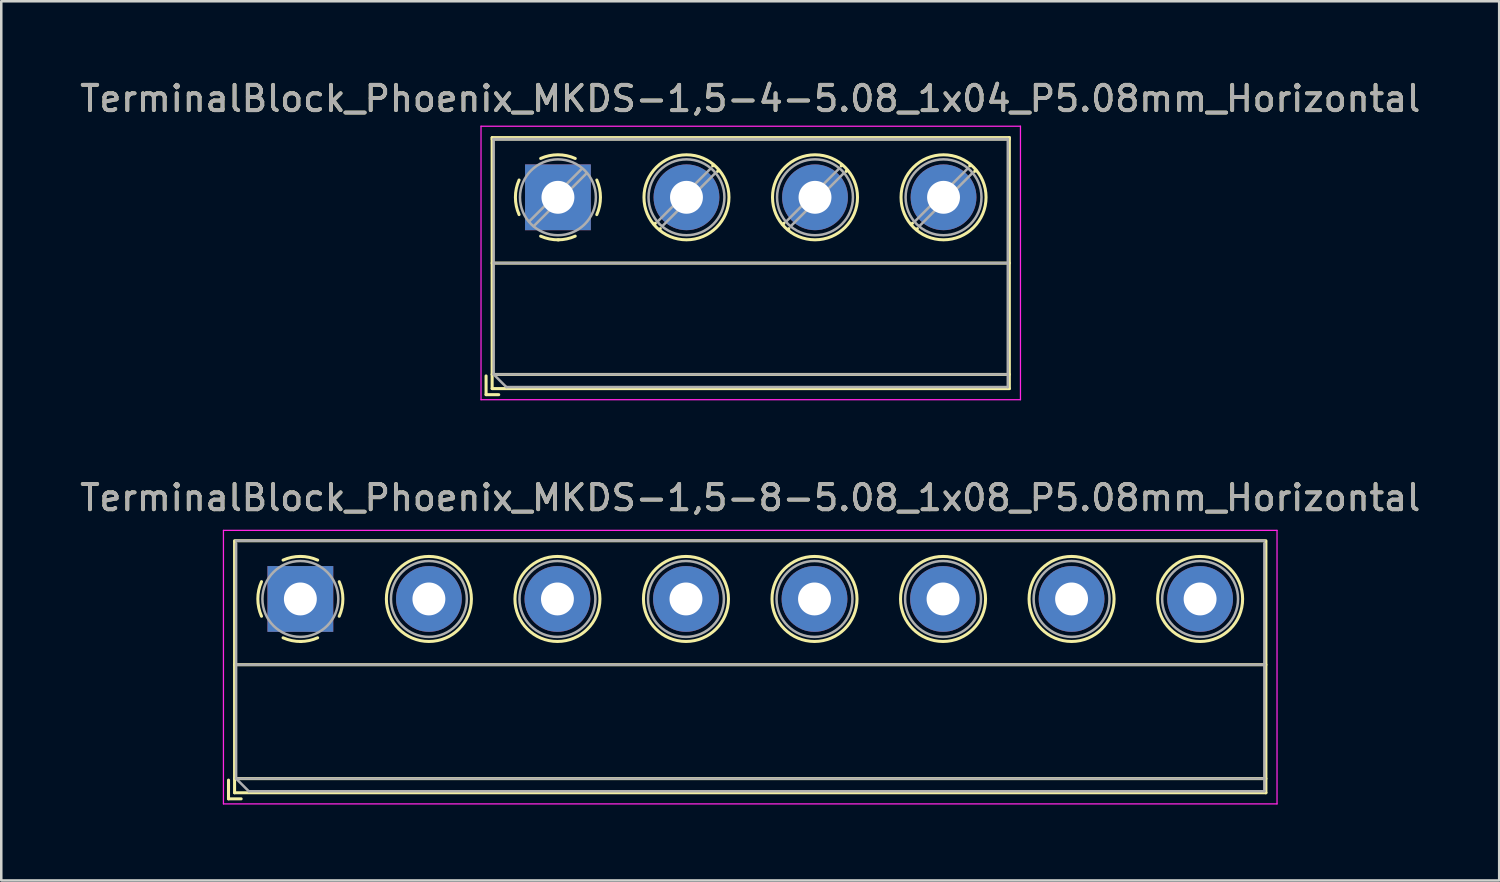
<source format=kicad_pcb>
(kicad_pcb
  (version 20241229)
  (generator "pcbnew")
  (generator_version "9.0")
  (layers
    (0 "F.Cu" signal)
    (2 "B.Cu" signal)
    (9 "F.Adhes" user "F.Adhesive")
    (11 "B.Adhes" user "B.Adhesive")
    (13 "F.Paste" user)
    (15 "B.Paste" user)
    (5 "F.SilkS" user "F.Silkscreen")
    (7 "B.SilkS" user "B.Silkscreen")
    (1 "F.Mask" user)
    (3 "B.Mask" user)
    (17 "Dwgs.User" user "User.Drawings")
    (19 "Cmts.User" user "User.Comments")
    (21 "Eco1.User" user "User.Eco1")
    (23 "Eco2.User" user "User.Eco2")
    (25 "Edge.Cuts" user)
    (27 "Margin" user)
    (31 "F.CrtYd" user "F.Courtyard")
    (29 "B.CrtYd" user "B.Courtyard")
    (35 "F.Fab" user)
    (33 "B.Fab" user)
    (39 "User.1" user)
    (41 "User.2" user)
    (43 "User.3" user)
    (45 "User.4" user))
  (footprint "TerminalBlock_Phoenix_MKDS-1,5-8-5.08_1x08_P5.08mm_Horizontal"
    (layer "F.Cu")
    (at 8.821 20.622)
    (property "Reference" "TerminalBlock_Phoenix_MKDS-1,5-8-5.08_1x08_P5.08mm_Horizontal" (at 17.78 -4 0) (layer "F.SilkS") (effects (font (size 1 1) (thickness 0.15))))
    (attr through_hole)
    (fp_line (start -2.84 7.16) (end -2.84 7.9) (stroke (width 0.12) (type solid)) (layer "F.SilkS"))
    (fp_line (start -2.84 7.9) (end -2.34 7.9) (stroke (width 0.12) (type solid)) (layer "F.SilkS"))
    (fp_line (start -2.6 -2.301) (end 38.16 -2.301) (stroke (width 0.12) (type solid)) (layer "F.SilkS"))
    (fp_line (start -2.6 -2.261) (end -2.6 7.66) (stroke (width 0.12) (type solid)) (layer "F.SilkS"))
    (fp_line (start -2.6 2.6) (end 38.16 2.6) (stroke (width 0.12) (type solid)) (layer "F.SilkS"))
    (fp_line (start -2.6 7.1) (end 38.16 7.1) (stroke (width 0.12) (type solid)) (layer "F.SilkS"))
    (fp_line (start -2.6 7.66) (end 38.16 7.66) (stroke (width 0.12) (type solid)) (layer "F.SilkS"))
    (fp_line (start 38.16 -2.261) (end 38.16 7.66) (stroke (width 0.12) (type solid)) (layer "F.SilkS"))
    (fp_arc (start -1.535427 0.683042) (mid -1.680501 -0.000524) (end -1.535 -0.684) (stroke (width 0.12) (type solid)) (layer "F.SilkS"))
    (fp_arc (start -0.683042 -1.535427) (mid 0.000524 -1.680501) (end 0.684 -1.535) (stroke (width 0.12) (type solid)) (layer "F.SilkS"))
    (fp_arc (start 0.028805 1.680253) (mid -0.335551 1.646659) (end -0.684 1.535) (stroke (width 0.12) (type solid)) (layer "F.SilkS"))
    (fp_arc (start 0.683318 1.534756) (mid 0.349292 1.643288) (end 0 1.68) (stroke (width 0.12) (type solid)) (layer "F.SilkS"))
    (fp_arc (start 1.535427 -0.683042) (mid 1.680501 0.000524) (end 1.535 0.684) (stroke (width 0.12) (type solid)) (layer "F.SilkS"))
    (fp_circle (center 5.08 0) (end 6.76 0) (stroke (width 0.12) (type solid)) (fill no) (layer "F.SilkS"))
    (fp_circle (center 10.16 0) (end 11.84 0) (stroke (width 0.12) (type solid)) (fill no) (layer "F.SilkS"))
    (fp_circle (center 15.24 0) (end 16.92 0) (stroke (width 0.12) (type solid)) (fill no) (layer "F.SilkS"))
    (fp_circle (center 20.32 0) (end 22 0) (stroke (width 0.12) (type solid)) (fill no) (layer "F.SilkS"))
    (fp_circle (center 25.4 0) (end 27.08 0) (stroke (width 0.12) (type solid)) (fill no) (layer "F.SilkS"))
    (fp_circle (center 30.48 0) (end 32.16 0) (stroke (width 0.12) (type solid)) (fill no) (layer "F.SilkS"))
    (fp_circle (center 35.56 0) (end 37.24 0) (stroke (width 0.12) (type solid)) (fill no) (layer "F.SilkS"))
    (fp_line (start -3.04 -2.71) (end -3.04 8.1) (stroke (width 0.05) (type solid)) (layer "F.CrtYd"))
    (fp_line (start -3.04 8.1) (end 38.6 8.1) (stroke (width 0.05) (type solid)) (layer "F.CrtYd"))
    (fp_line (start 38.6 -2.71) (end -3.04 -2.71) (stroke (width 0.05) (type solid)) (layer "F.CrtYd"))
    (fp_line (start 38.6 8.1) (end 38.6 -2.71) (stroke (width 0.05) (type solid)) (layer "F.CrtYd"))
    (fp_line (start -2.54 -2.3) (end 38.1 -2.3) (stroke (width 0.1) (type solid)) (layer "F.Fab"))
    (fp_line (start -2.54 2.6) (end 38.1 2.6) (stroke (width 0.1) (type solid)) (layer "F.Fab"))
    (fp_line (start -2.54 7.1) (end -2.54 -2.2) (stroke (width 0.1) (type solid)) (layer "F.Fab"))
    (fp_line (start -2.54 7.1) (end 38.1 7.1) (stroke (width 0.1) (type solid)) (layer "F.Fab"))
    (fp_line (start -2.04 7.6) (end -2.54 7.1) (stroke (width 0.1) (type solid)) (layer "F.Fab"))
    (fp_line (start 38.1 -2.2) (end 38.1 7.6) (stroke (width 0.1) (type solid)) (layer "F.Fab"))
    (fp_line (start 38.1 7.6) (end -2.04 7.6) (stroke (width 0.1) (type solid)) (layer "F.Fab"))
    (fp_circle (center 0 0) (end 1.5 0) (stroke (width 0.1) (type solid)) (fill no) (layer "F.Fab"))
    (fp_circle (center 5.08 0) (end 6.58 0) (stroke (width 0.1) (type solid)) (fill no) (layer "F.Fab"))
    (fp_circle (center 10.16 0) (end 11.66 0) (stroke (width 0.1) (type solid)) (fill no) (layer "F.Fab"))
    (fp_circle (center 15.24 0) (end 16.74 0) (stroke (width 0.1) (type solid)) (fill no) (layer "F.Fab"))
    (fp_circle (center 20.32 0) (end 21.82 0) (stroke (width 0.1) (type solid)) (fill no) (layer "F.Fab"))
    (fp_circle (center 25.4 0) (end 26.9 0) (stroke (width 0.1) (type solid)) (fill no) (layer "F.Fab"))
    (fp_circle (center 30.48 0) (end 31.98 0) (stroke (width 0.1) (type solid)) (fill no) (layer "F.Fab"))
    (fp_circle (center 35.56 0) (end 37.06 0) (stroke (width 0.1) (type solid)) (fill no) (layer "F.Fab"))
    (fp_text user "${REFERENCE}" (at 17.78 -4 0) (layer "F.Fab") (effects (font (size 1 1) (thickness 0.15))))
    (pad "1" thru_hole rect (at 0 0) (size 2.6 2.6) (drill 1.3) (layers "*.Cu" "*.Mask"))
    (pad "2" thru_hole circle (at 5.08 0) (size 2.6 2.6) (drill 1.3) (layers "*.Cu" "*.Mask"))
    (pad "3" thru_hole circle (at 10.16 0) (size 2.6 2.6) (drill 1.3) (layers "*.Cu" "*.Mask"))
    (pad "4" thru_hole circle (at 15.24 0) (size 2.6 2.6) (drill 1.3) (layers "*.Cu" "*.Mask"))
    (pad "5" thru_hole circle (at 20.32 0) (size 2.6 2.6) (drill 1.3) (layers "*.Cu" "*.Mask"))
    (pad "6" thru_hole circle (at 25.4 0) (size 2.6 2.6) (drill 1.3) (layers "*.Cu" "*.Mask"))
    (pad "7" thru_hole circle (at 30.48 0) (size 2.6 2.6) (drill 1.3) (layers "*.Cu" "*.Mask"))
    (pad "8" thru_hole circle (at 35.56 0) (size 2.6 2.6) (drill 1.3) (layers "*.Cu" "*.Mask")))
  (footprint "TerminalBlock_Phoenix_MKDS-1,5-4-5.08_1x04_P5.08mm_Horizontal"
    (layer "F.Cu")
    (at 19.001 4.748)
    (property "Reference" "TerminalBlock_Phoenix_MKDS-1,5-4-5.08_1x04_P5.08mm_Horizontal" (at 7.6 -3.9 0) (layer "F.SilkS") (effects (font (size 1 1) (thickness 0.15))))
    (attr through_hole)
    (fp_line (start -2.84 7.06) (end -2.84 7.8) (stroke (width 0.12) (type solid)) (layer "F.SilkS"))
    (fp_line (start -2.84 7.8) (end -2.34 7.8) (stroke (width 0.12) (type solid)) (layer "F.SilkS"))
    (fp_line (start -2.6 -2.361) (end -2.6 7.56) (stroke (width 0.12) (type solid)) (layer "F.SilkS"))
    (fp_line (start -2.6 -2.361) (end 17.84 -2.361) (stroke (width 0.12) (type solid)) (layer "F.SilkS"))
    (fp_line (start -2.6 -2.301) (end 17.84 -2.301) (stroke (width 0.12) (type solid)) (layer "F.SilkS"))
    (fp_line (start -2.6 2.6) (end 17.84 2.6) (stroke (width 0.12) (type solid)) (layer "F.SilkS"))
    (fp_line (start -2.6 7) (end 17.84 7) (stroke (width 0.12) (type solid)) (layer "F.SilkS"))
    (fp_line (start -2.6 7.56) (end 17.84 7.56) (stroke (width 0.12) (type solid)) (layer "F.SilkS"))
    (fp_line (start 3.853 1.023) (end 3.806 1.069) (stroke (width 0.12) (type solid)) (layer "F.SilkS"))
    (fp_line (start 4.046 1.239) (end 4.011 1.274) (stroke (width 0.12) (type solid)) (layer "F.SilkS"))
    (fp_line (start 6.15 -1.275) (end 6.115 -1.239) (stroke (width 0.12) (type solid)) (layer "F.SilkS"))
    (fp_line (start 6.355 -1.069) (end 6.308 -1.023) (stroke (width 0.12) (type solid)) (layer "F.SilkS"))
    (fp_line (start 8.933 1.023) (end 8.886 1.069) (stroke (width 0.12) (type solid)) (layer "F.SilkS"))
    (fp_line (start 9.126 1.239) (end 9.091 1.274) (stroke (width 0.12) (type solid)) (layer "F.SilkS"))
    (fp_line (start 11.23 -1.275) (end 11.195 -1.239) (stroke (width 0.12) (type solid)) (layer "F.SilkS"))
    (fp_line (start 11.435 -1.069) (end 11.388 -1.023) (stroke (width 0.12) (type solid)) (layer "F.SilkS"))
    (fp_line (start 14.013 1.023) (end 13.966 1.069) (stroke (width 0.12) (type solid)) (layer "F.SilkS"))
    (fp_line (start 14.206 1.239) (end 14.171 1.274) (stroke (width 0.12) (type solid)) (layer "F.SilkS"))
    (fp_line (start 16.31 -1.275) (end 16.275 -1.239) (stroke (width 0.12) (type solid)) (layer "F.SilkS"))
    (fp_line (start 16.515 -1.069) (end 16.468 -1.023) (stroke (width 0.12) (type solid)) (layer "F.SilkS"))
    (fp_line (start 17.84 -2.361) (end 17.84 7.56) (stroke (width 0.12) (type solid)) (layer "F.SilkS"))
    (fp_arc (start -1.535427 0.683042) (mid -1.680501 -0.000524) (end -1.535 -0.684) (stroke (width 0.12) (type solid)) (layer "F.SilkS"))
    (fp_arc (start -0.683042 -1.535427) (mid 0.000524 -1.680501) (end 0.684 -1.535) (stroke (width 0.12) (type solid)) (layer "F.SilkS"))
    (fp_arc (start 0.028805 1.680253) (mid -0.335551 1.646659) (end -0.684 1.535) (stroke (width 0.12) (type solid)) (layer "F.SilkS"))
    (fp_arc (start 0.683318 1.534756) (mid 0.349292 1.643288) (end 0 1.68) (stroke (width 0.12) (type solid)) (layer "F.SilkS"))
    (fp_arc (start 1.535427 -0.683042) (mid 1.680501 0.000524) (end 1.535 0.684) (stroke (width 0.12) (type solid)) (layer "F.SilkS"))
    (fp_circle (center 5.08 0) (end 6.76 0) (stroke (width 0.12) (type solid)) (fill no) (layer "F.SilkS"))
    (fp_circle (center 10.16 0) (end 11.84 0) (stroke (width 0.12) (type solid)) (fill no) (layer "F.SilkS"))
    (fp_circle (center 15.24 0) (end 16.92 0) (stroke (width 0.12) (type solid)) (fill no) (layer "F.SilkS"))
    (fp_line (start -3.04 -2.81) (end -3.04 8) (stroke (width 0.05) (type solid)) (layer "F.CrtYd"))
    (fp_line (start -3.04 8) (end 18.28 8) (stroke (width 0.05) (type solid)) (layer "F.CrtYd"))
    (fp_line (start 18.28 -2.81) (end -3.04 -2.81) (stroke (width 0.05) (type solid)) (layer "F.CrtYd"))
    (fp_line (start 18.28 8) (end 18.28 -2.81) (stroke (width 0.05) (type solid)) (layer "F.CrtYd"))
    (fp_line (start -2.54 -2.3) (end 17.78 -2.3) (stroke (width 0.1) (type solid)) (layer "F.Fab"))
    (fp_line (start -2.54 -2.3) (end 17.78 -2.3) (stroke (width 0.1) (type solid)) (layer "F.Fab"))
    (fp_line (start -2.54 2.6) (end 17.78 2.6) (stroke (width 0.1) (type solid)) (layer "F.Fab"))
    (fp_line (start -2.54 7) (end -2.54 -2.3) (stroke (width 0.1) (type solid)) (layer "F.Fab"))
    (fp_line (start -2.54 7) (end 17.78 7) (stroke (width 0.1) (type solid)) (layer "F.Fab"))
    (fp_line (start -2.04 7.5) (end -2.54 7) (stroke (width 0.1) (type solid)) (layer "F.Fab"))
    (fp_line (start 0.955 -1.138) (end -1.138 0.955) (stroke (width 0.1) (type solid)) (layer "F.Fab"))
    (fp_line (start 1.138 -0.955) (end -0.955 1.138) (stroke (width 0.1) (type solid)) (layer "F.Fab"))
    (fp_line (start 6.035 -1.138) (end 3.943 0.955) (stroke (width 0.1) (type solid)) (layer "F.Fab"))
    (fp_line (start 6.218 -0.955) (end 4.126 1.138) (stroke (width 0.1) (type solid)) (layer "F.Fab"))
    (fp_line (start 11.115 -1.138) (end 9.023 0.955) (stroke (width 0.1) (type solid)) (layer "F.Fab"))
    (fp_line (start 11.298 -0.955) (end 9.206 1.138) (stroke (width 0.1) (type solid)) (layer "F.Fab"))
    (fp_line (start 16.195 -1.138) (end 14.103 0.955) (stroke (width 0.1) (type solid)) (layer "F.Fab"))
    (fp_line (start 16.378 -0.955) (end 14.286 1.138) (stroke (width 0.1) (type solid)) (layer "F.Fab"))
    (fp_line (start 17.78 -2.3) (end 17.78 7.5) (stroke (width 0.1) (type solid)) (layer "F.Fab"))
    (fp_line (start 17.78 7.5) (end -2.04 7.5) (stroke (width 0.1) (type solid)) (layer "F.Fab"))
    (fp_circle (center 0 0) (end 1.5 0) (stroke (width 0.1) (type solid)) (fill no) (layer "F.Fab"))
    (fp_circle (center 5.08 0) (end 6.58 0) (stroke (width 0.1) (type solid)) (fill no) (layer "F.Fab"))
    (fp_circle (center 10.16 0) (end 11.66 0) (stroke (width 0.1) (type solid)) (fill no) (layer "F.Fab"))
    (fp_circle (center 15.24 0) (end 16.74 0) (stroke (width 0.1) (type solid)) (fill no) (layer "F.Fab"))
    (fp_text user "${REFERENCE}" (at 7.6 -3.9 0) (layer "F.Fab") (effects (font (size 1 1) (thickness 0.15))))
    (pad "1" thru_hole rect (at 0 0) (size 2.6 2.6) (drill 1.3) (layers "*.Cu" "*.Mask"))
    (pad "2" thru_hole circle (at 5.08 0) (size 2.6 2.6) (drill 1.3) (layers "*.Cu" "*.Mask"))
    (pad "3" thru_hole circle (at 10.16 0) (size 2.6 2.6) (drill 1.3) (layers "*.Cu" "*.Mask"))
    (pad "4" thru_hole circle (at 15.24 0) (size 2.6 2.6) (drill 1.3) (layers "*.Cu" "*.Mask")))
  (gr_rect
    (start -3 -3)
    (end 56.202 31.747)
    (stroke (width 0.1) (type default))
    (fill no)
    (layer "Edge.Cuts")))
</source>
